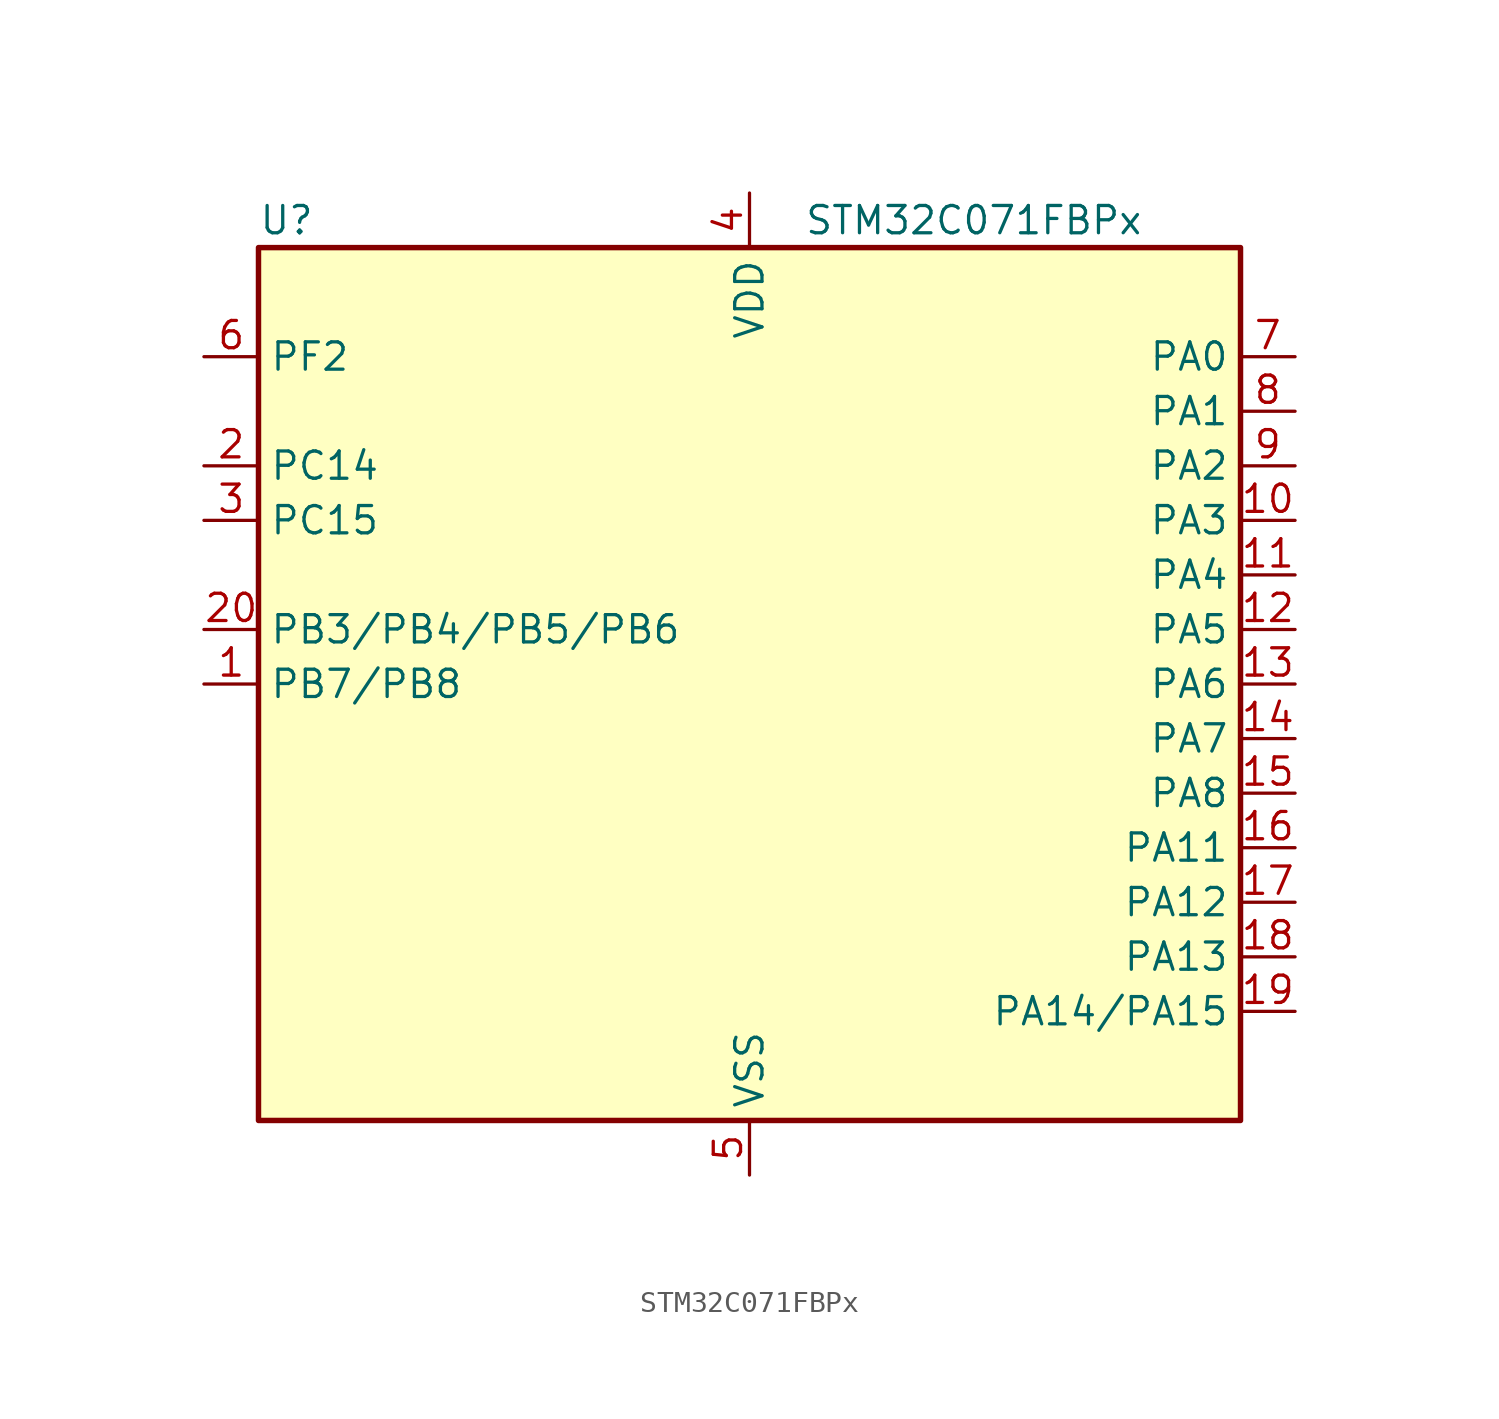
<source format=kicad_sym>
(kicad_symbol_lib
  (version 20241209)
  (generator "kicad_symbol_editor")
  (generator_version "9.0")
  (symbol "STM32C071FBPx"
    (property "Reference" "U"
      (at -22.86 21.59 0)
      (effects (font (size 1.27 1.27)) (justify left)))
    (property "Value" "STM32C071FBPx"
      (at 2.54 21.59 0)
      (effects (font (size 1.27 1.27)) (justify left)))
    (symbol "STM32C071FBPx_0_1"
      (rectangle (start -22.86 -20.32) (end 22.86 20.32) (stroke (width 0.254) (type default)) (fill (type background))))
    (symbol "STM32C071FBPx_1_1"
      (pin bidirectional line (at -25.4 15.24 0) (length 2.54) (name "PF2" (effects (font (size 1.27 1.27)))) (number "6" (effects (font (size 1.27 1.27)))) (alternate "RCC_MCO" bidirectional line) (alternate "TIM1_CH4" bidirectional line))
      (pin bidirectional line (at -25.4 10.16 0) (length 2.54) (name "PC14" (effects (font (size 1.27 1.27)))) (number "2" (effects (font (size 1.27 1.27)))) (alternate "I2C1_SDA" bidirectional line) (alternate "IR_OUT" bidirectional line) (alternate "RCC_OSCX_IN" bidirectional line) (alternate "SPI2_NSS" bidirectional line) (alternate "TIM17_CH1" bidirectional line) (alternate "TIM1_BKIN2" bidirectional line) (alternate "TIM1_ETR" bidirectional line) (alternate "TIM3_CH2" bidirectional line) (alternate "USART1_TX" bidirectional line) (alternate "USART2_CK" bidirectional line) (alternate "USART2_DE" bidirectional line) (alternate "USART2_RTS" bidirectional line))
      (pin bidirectional line (at -25.4 7.62 0) (length 2.54) (name "PC15" (effects (font (size 1.27 1.27)))) (number "3" (effects (font (size 1.27 1.27)))) (alternate "RCC_OSC32_EN" bidirectional line) (alternate "RCC_OSCX_OUT" bidirectional line) (alternate "RCC_OSC_EN" bidirectional line) (alternate "TIM1_ETR" bidirectional line) (alternate "TIM3_CH3" bidirectional line))
      (pin bidirectional line (at -25.4 2.54 0) (length 2.54) (name "PB3/PB4/PB5/PB6" (effects (font (size 1.27 1.27)))) (number "20" (effects (font (size 1.27 1.27)))) (alternate "I2C1_SCL (PB6)" bidirectional line) (alternate "I2C1_SMBA (PB5)" bidirectional line) (alternate "I2C1_SMBA (PB6)" bidirectional line) (alternate "I2C2_SCL (PB3)" bidirectional line) (alternate "I2C2_SDA (PB4)" bidirectional line) (alternate "I2S1_CK (PB3)" bidirectional line) (alternate "I2S1_CK (PB6)" bidirectional line) (alternate "I2S1_MCK (PB4)" bidirectional line) (alternate "I2S1_MCK (PB6)" bidirectional line) (alternate "I2S1_SD (PB5)" bidirectional line) (alternate "I2S1_SD (PB6)" bidirectional line) (alternate "PB3" bidirectional line) (alternate "PB4" bidirectional line) (alternate "PB5" bidirectional line) (alternate "PB6" bidirectional line) (alternate "PWR_WKUP3 (PB6)" bidirectional line) (alternate "PWR_WKUP6 (PB5)" bidirectional line) (alternate "SPI1_MISO (PB4)" bidirectional line) (alternate "SPI1_MISO (PB6)" bidirectional line) (alternate "SPI1_MOSI (PB5)" bidirectional line) (alternate "SPI1_MOSI (PB6)" bidirectional line) (alternate "SPI1_SCK (PB3)" bidirectional line) (alternate "SPI1_SCK (PB6)" bidirectional line) (alternate "SPI2_MISO (PB6)" bidirectional line) (alternate "TIM16_BKIN (PB5)" bidirectional line) (alternate "TIM16_BKIN (PB6)" bidirectional line) (alternate "TIM16_CH1N (PB6)" bidirectional line) (alternate "TIM17_BKIN (PB4)" bidirectional line) (alternate "TIM17_BKIN (PB6)" bidirectional line) (alternate "TIM1_CH2 (PB3)" bidirectional line) (alternate "TIM1_CH2 (PB6)" bidirectional line) (alternate "TIM1_CH3 (PB6)" bidirectional line) (alternate "TIM2_CH2 (PB3)" bidirectional line) (alternate "TIM3_CH1 (PB4)" bidirectional line) (alternate "TIM3_CH1 (PB6)" bidirectional line) (alternate "TIM3_CH2 (PB3)" bidirectional line) (alternate "TIM3_CH2 (PB5)" bidirectional line) (alternate "TIM3_CH2 (PB6)" bidirectional line) (alternate "TIM3_CH3 (PB5)" bidirectional line) (alternate "TIM3_CH3 (PB6)" bidirectional line) (alternate "USART1_CK (PB3)" bidirectional line) (alternate "USART1_CTS (PB4)" bidirectional line) (alternate "USART1_CTS (PB6)" bidirectional line) (alternate "USART1_DE (PB3)" bidirectional line) (alternate "USART1_NSS (PB4)" bidirectional line) (alternate "USART1_NSS (PB6)" bidirectional line) (alternate "USART1_RTS (PB3)" bidirectional line) (alternate "USART1_TX (PB6)" bidirectional line))
      (pin bidirectional line (at -25.4 0 0) (length 2.54) (name "PB7/PB8" (effects (font (size 1.27 1.27)))) (number "1" (effects (font (size 1.27 1.27)))) (alternate "I2C1_SCL (PB7)" bidirectional line) (alternate "I2C1_SCL (PB8)" bidirectional line) (alternate "I2C1_SDA (PB7)" bidirectional line) (alternate "PB7" bidirectional line) (alternate "PB8" bidirectional line) (alternate "RTC_REFIN (PB7)" bidirectional line) (alternate "SPI2_MOSI (PB7)" bidirectional line) (alternate "SPI2_SCK (PB8)" bidirectional line) (alternate "TIM16_CH1 (PB7)" bidirectional line) (alternate "TIM16_CH1 (PB8)" bidirectional line) (alternate "TIM17_CH1N (PB7)" bidirectional line) (alternate "TIM1_CH4 (PB7)" bidirectional line) (alternate "TIM3_CH1 (PB7)" bidirectional line) (alternate "TIM3_CH1 (PB8)" bidirectional line) (alternate "TIM3_CH4 (PB7)" bidirectional line) (alternate "USART1_RX (PB7)" bidirectional line) (alternate "USART2_CTS (PB7)" bidirectional line) (alternate "USART2_CTS (PB8)" bidirectional line) (alternate "USART2_NSS (PB7)" bidirectional line) (alternate "USART2_NSS (PB8)" bidirectional line))
      (pin power_in line (at 0 22.86 270) (length 2.54) (name "VDD" (effects (font (size 1.27 1.27)))) (number "4" (effects (font (size 1.27 1.27)))))
      (pin power_in line (at 0 -22.86 90) (length 2.54) (name "VSS" (effects (font (size 1.27 1.27)))) (number "5" (effects (font (size 1.27 1.27)))))
      (pin bidirectional line (at 25.4 15.24 180) (length 2.54) (name "PA0" (effects (font (size 1.27 1.27)))) (number "7" (effects (font (size 1.27 1.27)))) (alternate "ADC1_IN0" bidirectional line) (alternate "PWR_WKUP1" bidirectional line) (alternate "SPI2_SCK" bidirectional line) (alternate "TIM16_CH1" bidirectional line) (alternate "TIM1_CH1" bidirectional line) (alternate "TIM2_CH1" bidirectional line) (alternate "TIM2_ETR" bidirectional line) (alternate "USART1_TX" bidirectional line) (alternate "USART2_CTS" bidirectional line) (alternate "USART2_NSS" bidirectional line))
      (pin bidirectional line (at 25.4 12.7 180) (length 2.54) (name "PA1" (effects (font (size 1.27 1.27)))) (number "8" (effects (font (size 1.27 1.27)))) (alternate "ADC1_IN1" bidirectional line) (alternate "I2C1_SMBA" bidirectional line) (alternate "I2S1_CK" bidirectional line) (alternate "SPI1_SCK" bidirectional line) (alternate "TIM17_CH1" bidirectional line) (alternate "TIM1_CH2" bidirectional line) (alternate "TIM2_CH2" bidirectional line) (alternate "USART1_RX" bidirectional line) (alternate "USART2_CK" bidirectional line) (alternate "USART2_DE" bidirectional line) (alternate "USART2_RTS" bidirectional line))
      (pin bidirectional line (at 25.4 10.16 180) (length 2.54) (name "PA2" (effects (font (size 1.27 1.27)))) (number "9" (effects (font (size 1.27 1.27)))) (alternate "ADC1_IN2" bidirectional line) (alternate "I2S1_SD" bidirectional line) (alternate "PWR_WKUP4" bidirectional line) (alternate "RCC_LSCO" bidirectional line) (alternate "SPI1_MOSI" bidirectional line) (alternate "TIM16_CH1N" bidirectional line) (alternate "TIM1_CH3" bidirectional line) (alternate "TIM2_CH3" bidirectional line) (alternate "TIM3_ETR" bidirectional line) (alternate "USART2_TX" bidirectional line))
      (pin bidirectional line (at 25.4 7.62 180) (length 2.54) (name "PA3" (effects (font (size 1.27 1.27)))) (number "10" (effects (font (size 1.27 1.27)))) (alternate "ADC1_IN3" bidirectional line) (alternate "SPI2_MISO" bidirectional line) (alternate "TIM1_CH1N" bidirectional line) (alternate "TIM1_CH4" bidirectional line) (alternate "TIM2_CH4" bidirectional line) (alternate "USART2_RX" bidirectional line))
      (pin bidirectional line (at 25.4 5.08 180) (length 2.54) (name "PA4" (effects (font (size 1.27 1.27)))) (number "11" (effects (font (size 1.27 1.27)))) (alternate "ADC1_IN4" bidirectional line) (alternate "I2S1_WS" bidirectional line) (alternate "PWR_WKUP2" bidirectional line) (alternate "RTC_OUT1" bidirectional line) (alternate "RTC_TS" bidirectional line) (alternate "SPI1_NSS" bidirectional line) (alternate "SPI2_MOSI" bidirectional line) (alternate "TIM14_CH1" bidirectional line) (alternate "TIM17_CH1N" bidirectional line) (alternate "TIM1_CH2N" bidirectional line) (alternate "USART2_TX" bidirectional line) (alternate "USB_NOE" bidirectional line))
      (pin bidirectional line (at 25.4 2.54 180) (length 2.54) (name "PA5" (effects (font (size 1.27 1.27)))) (number "12" (effects (font (size 1.27 1.27)))) (alternate "ADC1_IN5" bidirectional line) (alternate "I2S1_CK" bidirectional line) (alternate "SPI1_SCK" bidirectional line) (alternate "TIM1_CH1" bidirectional line) (alternate "TIM1_CH3N" bidirectional line) (alternate "TIM2_CH1" bidirectional line) (alternate "TIM2_ETR" bidirectional line) (alternate "USART2_RX" bidirectional line))
      (pin bidirectional line (at 25.4 0 180) (length 2.54) (name "PA6" (effects (font (size 1.27 1.27)))) (number "13" (effects (font (size 1.27 1.27)))) (alternate "ADC1_IN6" bidirectional line) (alternate "I2C2_SDA" bidirectional line) (alternate "I2S1_MCK" bidirectional line) (alternate "SPI1_MISO" bidirectional line) (alternate "TIM16_CH1" bidirectional line) (alternate "TIM1_BKIN" bidirectional line) (alternate "TIM3_CH1" bidirectional line))
      (pin bidirectional line (at 25.4 -2.54 180) (length 2.54) (name "PA7" (effects (font (size 1.27 1.27)))) (number "14" (effects (font (size 1.27 1.27)))) (alternate "ADC1_IN7" bidirectional line) (alternate "I2C2_SCL" bidirectional line) (alternate "I2S1_SD" bidirectional line) (alternate "SPI1_MOSI" bidirectional line) (alternate "TIM14_CH1" bidirectional line) (alternate "TIM17_CH1" bidirectional line) (alternate "TIM1_CH1N" bidirectional line) (alternate "TIM3_CH2" bidirectional line))
      (pin bidirectional line (at 25.4 -5.08 180) (length 2.54) (name "PA8" (effects (font (size 1.27 1.27)))) (number "15" (effects (font (size 1.27 1.27)))) (alternate "ADC1_IN8" bidirectional line) (alternate "CRS_SYNC" bidirectional line) (alternate "I2S1_WS" bidirectional line) (alternate "RCC_MCO" bidirectional line) (alternate "RCC_MCO2" bidirectional line) (alternate "SPI1_NSS" bidirectional line) (alternate "SPI2_MISO" bidirectional line) (alternate "SPI2_NSS" bidirectional line) (alternate "TIM14_CH1" bidirectional line) (alternate "TIM1_CH1" bidirectional line) (alternate "TIM1_CH2N" bidirectional line) (alternate "TIM1_CH3N" bidirectional line) (alternate "TIM3_CH3" bidirectional line) (alternate "TIM3_CH4" bidirectional line) (alternate "USART1_RX" bidirectional line) (alternate "USART2_TX" bidirectional line))
      (pin bidirectional line (at 25.4 -7.62 180) (length 2.54) (name "PA11" (effects (font (size 1.27 1.27)))) (number "16" (effects (font (size 1.27 1.27)))) (alternate "ADC1_EXTI11" bidirectional line) (alternate "I2C2_SCL" bidirectional line) (alternate "I2S1_MCK" bidirectional line) (alternate "SPI1_MISO" bidirectional line) (alternate "TIM1_BKIN2" bidirectional line) (alternate "TIM1_CH4" bidirectional line) (alternate "USART1_CTS" bidirectional line) (alternate "USART1_NSS" bidirectional line) (alternate "USB_DM" bidirectional line))
      (pin bidirectional line (at 25.4 -10.16 180) (length 2.54) (name "PA12" (effects (font (size 1.27 1.27)))) (number "17" (effects (font (size 1.27 1.27)))) (alternate "I2C2_SDA" bidirectional line) (alternate "I2S1_SD" bidirectional line) (alternate "I2S_CKIN" bidirectional line) (alternate "SPI1_MOSI" bidirectional line) (alternate "TIM1_ETR" bidirectional line) (alternate "USART1_CK" bidirectional line) (alternate "USART1_DE" bidirectional line) (alternate "USART1_RTS" bidirectional line) (alternate "USB_DP" bidirectional line))
      (pin bidirectional line (at 25.4 -12.7 180) (length 2.54) (name "PA13" (effects (font (size 1.27 1.27)))) (number "18" (effects (font (size 1.27 1.27)))) (alternate "ADC1_IN13" bidirectional line) (alternate "DEBUG_SWDIO" bidirectional line) (alternate "IR_OUT" bidirectional line) (alternate "TIM3_ETR" bidirectional line) (alternate "USART2_RX" bidirectional line) (alternate "USB_NOE" bidirectional line))
      (pin bidirectional line (at 25.4 -15.24 180) (length 2.54) (name "PA14/PA15" (effects (font (size 1.27 1.27)))) (number "19" (effects (font (size 1.27 1.27)))) (alternate "ADC1_IN14 (PA14)" bidirectional line) (alternate "DEBUG_SWCLK (PA14)" bidirectional line) (alternate "I2S1_WS (PA14)" bidirectional line) (alternate "I2S1_WS (PA15)" bidirectional line) (alternate "PA14" bidirectional line) (alternate "PA15" bidirectional line) (alternate "RCC_MCO2 (PA14)" bidirectional line) (alternate "RCC_MCO2 (PA15)" bidirectional line) (alternate "SPI1_NSS (PA14)" bidirectional line) (alternate "SPI1_NSS (PA15)" bidirectional line) (alternate "TIM1_CH1 (PA14)" bidirectional line) (alternate "TIM1_CH1 (PA15)" bidirectional line) (alternate "TIM2_CH1 (PA15)" bidirectional line) (alternate "TIM2_ETR (PA15)" bidirectional line) (alternate "USART1_CK (PA14)" bidirectional line) (alternate "USART1_CK (PA15)" bidirectional line) (alternate "USART1_DE (PA14)" bidirectional line) (alternate "USART1_DE (PA15)" bidirectional line) (alternate "USART1_RTS (PA14)" bidirectional line) (alternate "USART1_RTS (PA15)" bidirectional line) (alternate "USART2_RX (PA14)" bidirectional line) (alternate "USART2_RX (PA15)" bidirectional line) (alternate "USART2_TX (PA14)" bidirectional line) (alternate "USB_NOE (PA15)" bidirectional line)))))
</source>
